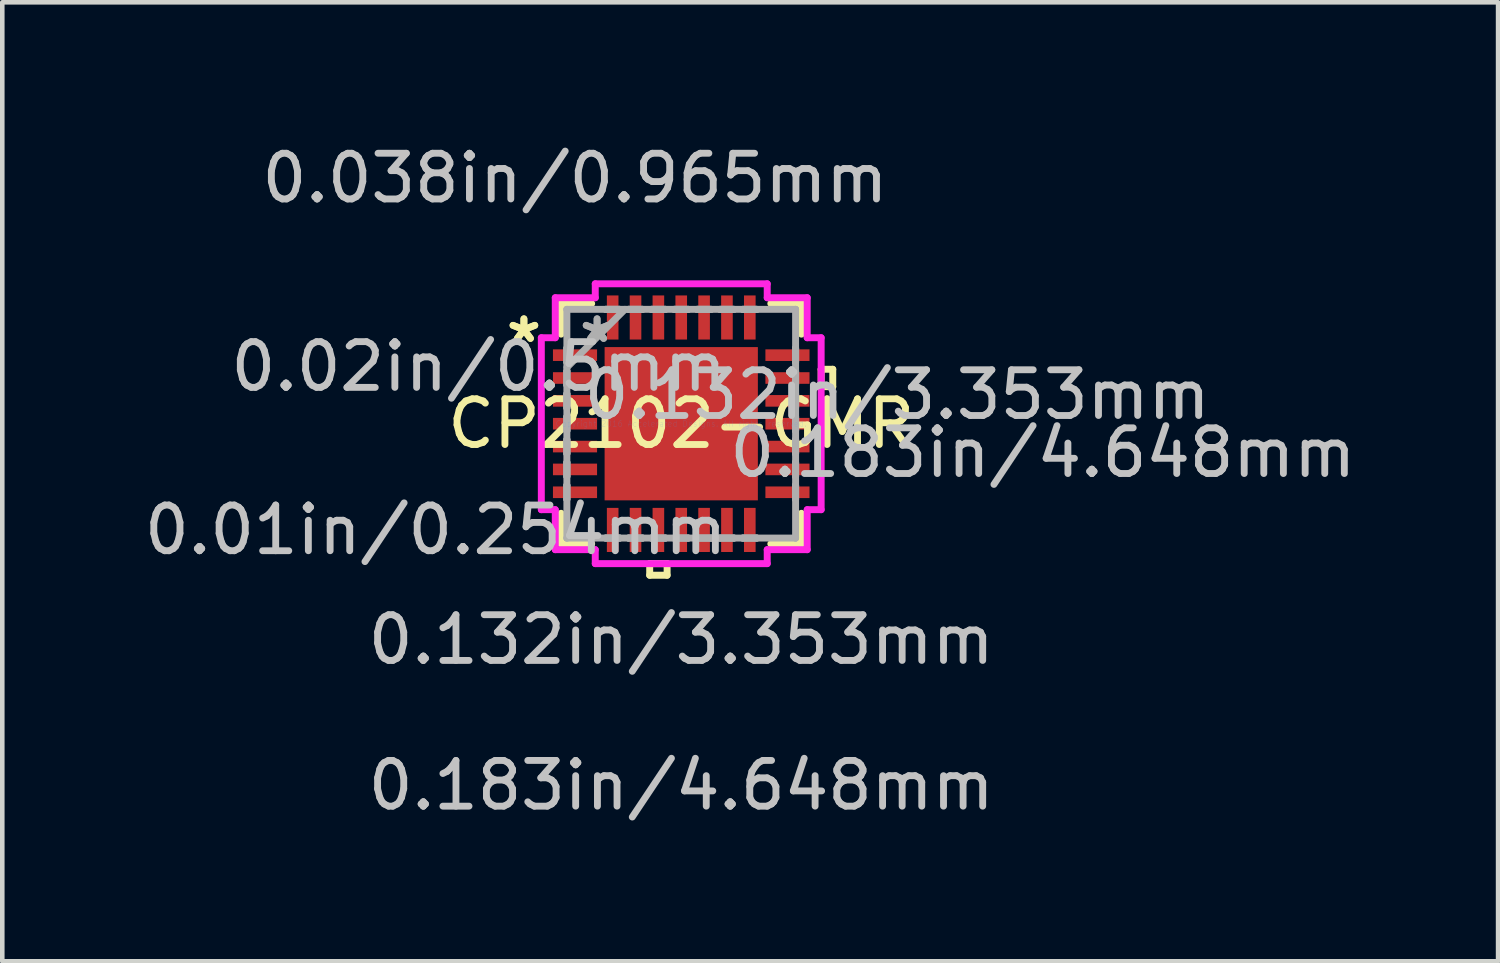
<source format=kicad_pcb>
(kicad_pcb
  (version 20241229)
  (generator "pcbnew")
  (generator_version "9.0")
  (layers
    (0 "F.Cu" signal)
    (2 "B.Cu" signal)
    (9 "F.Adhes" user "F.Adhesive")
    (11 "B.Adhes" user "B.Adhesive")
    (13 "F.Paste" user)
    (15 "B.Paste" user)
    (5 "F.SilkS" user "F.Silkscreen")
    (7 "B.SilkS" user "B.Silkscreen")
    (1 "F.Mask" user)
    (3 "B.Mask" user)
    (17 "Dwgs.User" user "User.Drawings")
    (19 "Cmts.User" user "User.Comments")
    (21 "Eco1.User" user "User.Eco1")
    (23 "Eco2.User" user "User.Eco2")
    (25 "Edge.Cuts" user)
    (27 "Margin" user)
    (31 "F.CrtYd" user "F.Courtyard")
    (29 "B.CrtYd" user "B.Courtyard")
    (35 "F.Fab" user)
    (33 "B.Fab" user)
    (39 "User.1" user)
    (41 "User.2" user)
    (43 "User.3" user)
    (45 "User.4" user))
  (footprint "CP2102-GMR"
    (layer "F.Cu")
    (at 11.854 6.22)
    (property "Reference" "CP2102-GMR" (at 0 0 0) (layer "F.SilkS") (effects (font (size 1 1) (thickness 0.15))))
    (attr through_hole)
    (fp_line (start -2.629 -2.629) (end -2.629 -1.96) (stroke (width 0.152) (type solid)) (layer "F.SilkS"))
    (fp_line (start -2.629 1.96) (end -2.629 2.629) (stroke (width 0.152) (type solid)) (layer "F.SilkS"))
    (fp_line (start -2.629 2.629) (end -1.96 2.629) (stroke (width 0.152) (type solid)) (layer "F.SilkS"))
    (fp_line (start -1.96 -2.629) (end -2.629 -2.629) (stroke (width 0.152) (type solid)) (layer "F.SilkS"))
    (fp_line (start -0.69 3.061) (end -0.69 3.315) (stroke (width 0.152) (type solid)) (layer "F.SilkS"))
    (fp_line (start -0.69 3.315) (end -0.309 3.315) (stroke (width 0.152) (type solid)) (layer "F.SilkS"))
    (fp_line (start -0.309 3.061) (end -0.69 3.061) (stroke (width 0.152) (type solid)) (layer "F.SilkS"))
    (fp_line (start -0.309 3.315) (end -0.309 3.061) (stroke (width 0.152) (type solid)) (layer "F.SilkS"))
    (fp_line (start 1.96 2.629) (end 2.629 2.629) (stroke (width 0.152) (type solid)) (layer "F.SilkS"))
    (fp_line (start 2.629 -2.629) (end 1.96 -2.629) (stroke (width 0.152) (type solid)) (layer "F.SilkS"))
    (fp_line (start 2.629 -1.96) (end 2.629 -2.629) (stroke (width 0.152) (type solid)) (layer "F.SilkS"))
    (fp_line (start 2.629 2.629) (end 2.629 1.96) (stroke (width 0.152) (type solid)) (layer "F.SilkS"))
    (fp_line (start 3.061 -1.191) (end 3.315 -1.191) (stroke (width 0.152) (type solid)) (layer "F.SilkS"))
    (fp_line (start 3.061 -0.81) (end 3.061 -1.191) (stroke (width 0.152) (type solid)) (layer "F.SilkS"))
    (fp_line (start 3.315 -1.191) (end 3.315 -0.81) (stroke (width 0.152) (type solid)) (layer "F.SilkS"))
    (fp_line (start 3.315 -0.81) (end 3.061 -0.81) (stroke (width 0.152) (type solid)) (layer "F.SilkS"))
    (fp_line (start -1.576 -1.576) (end -1.576 -0.1) (stroke (width 0.152) (type solid)) (layer "F.Paste"))
    (fp_line (start -1.576 -0.1) (end -0.1 -0.1) (stroke (width 0.152) (type solid)) (layer "F.Paste"))
    (fp_line (start -1.576 0.1) (end -1.576 1.576) (stroke (width 0.152) (type solid)) (layer "F.Paste"))
    (fp_line (start -1.576 1.576) (end -0.1 1.576) (stroke (width 0.152) (type solid)) (layer "F.Paste"))
    (fp_line (start -0.1 -1.576) (end -1.576 -1.576) (stroke (width 0.152) (type solid)) (layer "F.Paste"))
    (fp_line (start -0.1 -0.1) (end -0.1 -1.576) (stroke (width 0.152) (type solid)) (layer "F.Paste"))
    (fp_line (start -0.1 0.1) (end -1.576 0.1) (stroke (width 0.152) (type solid)) (layer "F.Paste"))
    (fp_line (start -0.1 1.576) (end -0.1 0.1) (stroke (width 0.152) (type solid)) (layer "F.Paste"))
    (fp_line (start 0.1 -1.576) (end 0.1 -0.1) (stroke (width 0.152) (type solid)) (layer "F.Paste"))
    (fp_line (start 0.1 -0.1) (end 1.576 -0.1) (stroke (width 0.152) (type solid)) (layer "F.Paste"))
    (fp_line (start 0.1 0.1) (end 0.1 1.576) (stroke (width 0.152) (type solid)) (layer "F.Paste"))
    (fp_line (start 0.1 1.576) (end 1.576 1.576) (stroke (width 0.152) (type solid)) (layer "F.Paste"))
    (fp_line (start 1.576 -1.576) (end 0.1 -1.576) (stroke (width 0.152) (type solid)) (layer "F.Paste"))
    (fp_line (start 1.576 -0.1) (end 1.576 -1.576) (stroke (width 0.152) (type solid)) (layer "F.Paste"))
    (fp_line (start 1.576 0.1) (end 0.1 0.1) (stroke (width 0.152) (type solid)) (layer "F.Paste"))
    (fp_line (start 1.576 1.576) (end 1.576 0.1) (stroke (width 0.152) (type solid)) (layer "F.Paste"))
    (fp_line (start -3.061 -1.881) (end -2.756 -1.881) (stroke (width 0.152) (type solid)) (layer "F.CrtYd"))
    (fp_line (start -3.061 1.881) (end -3.061 -1.881) (stroke (width 0.152) (type solid)) (layer "F.CrtYd"))
    (fp_line (start -2.756 -2.756) (end -1.881 -2.756) (stroke (width 0.152) (type solid)) (layer "F.CrtYd"))
    (fp_line (start -2.756 -1.881) (end -2.756 -2.756) (stroke (width 0.152) (type solid)) (layer "F.CrtYd"))
    (fp_line (start -2.756 1.881) (end -3.061 1.881) (stroke (width 0.152) (type solid)) (layer "F.CrtYd"))
    (fp_line (start -2.756 2.756) (end -2.756 1.881) (stroke (width 0.152) (type solid)) (layer "F.CrtYd"))
    (fp_line (start -1.881 -3.061) (end 1.881 -3.061) (stroke (width 0.152) (type solid)) (layer "F.CrtYd"))
    (fp_line (start -1.881 -2.756) (end -1.881 -3.061) (stroke (width 0.152) (type solid)) (layer "F.CrtYd"))
    (fp_line (start -1.881 2.756) (end -2.756 2.756) (stroke (width 0.152) (type solid)) (layer "F.CrtYd"))
    (fp_line (start -1.881 3.061) (end -1.881 2.756) (stroke (width 0.152) (type solid)) (layer "F.CrtYd"))
    (fp_line (start 1.881 -3.061) (end 1.881 -2.756) (stroke (width 0.152) (type solid)) (layer "F.CrtYd"))
    (fp_line (start 1.881 -2.756) (end 2.756 -2.756) (stroke (width 0.152) (type solid)) (layer "F.CrtYd"))
    (fp_line (start 1.881 2.756) (end 1.881 3.061) (stroke (width 0.152) (type solid)) (layer "F.CrtYd"))
    (fp_line (start 1.881 3.061) (end -1.881 3.061) (stroke (width 0.152) (type solid)) (layer "F.CrtYd"))
    (fp_line (start 2.756 -2.756) (end 2.756 -1.881) (stroke (width 0.152) (type solid)) (layer "F.CrtYd"))
    (fp_line (start 2.756 -1.881) (end 3.061 -1.881) (stroke (width 0.152) (type solid)) (layer "F.CrtYd"))
    (fp_line (start 2.756 1.881) (end 2.756 2.756) (stroke (width 0.152) (type solid)) (layer "F.CrtYd"))
    (fp_line (start 2.756 2.756) (end 1.881 2.756) (stroke (width 0.152) (type solid)) (layer "F.CrtYd"))
    (fp_line (start 3.061 -1.881) (end 3.061 1.881) (stroke (width 0.152) (type solid)) (layer "F.CrtYd"))
    (fp_line (start 3.061 1.881) (end 2.756 1.881) (stroke (width 0.152) (type solid)) (layer "F.CrtYd"))
    (fp_line (start -2.502 -2.502) (end -2.502 -2.502) (stroke (width 0.152) (type solid)) (layer "F.Fab"))
    (fp_line (start -2.502 -2.502) (end -2.502 2.502) (stroke (width 0.152) (type solid)) (layer "F.Fab"))
    (fp_line (start -2.502 -1.652) (end -2.502 -1.652) (stroke (width 0.152) (type solid)) (layer "F.Fab"))
    (fp_line (start -2.502 -1.652) (end -2.502 -1.348) (stroke (width 0.152) (type solid)) (layer "F.Fab"))
    (fp_line (start -2.502 -1.348) (end -2.502 -1.652) (stroke (width 0.152) (type solid)) (layer "F.Fab"))
    (fp_line (start -2.502 -1.348) (end -2.502 -1.348) (stroke (width 0.152) (type solid)) (layer "F.Fab"))
    (fp_line (start -2.502 -1.232) (end -1.232 -2.502) (stroke (width 0.152) (type solid)) (layer "F.Fab"))
    (fp_line (start -2.502 -1.152) (end -2.502 -1.152) (stroke (width 0.152) (type solid)) (layer "F.Fab"))
    (fp_line (start -2.502 -1.152) (end -2.502 -0.848) (stroke (width 0.152) (type solid)) (layer "F.Fab"))
    (fp_line (start -2.502 -0.848) (end -2.502 -1.152) (stroke (width 0.152) (type solid)) (layer "F.Fab"))
    (fp_line (start -2.502 -0.848) (end -2.502 -0.848) (stroke (width 0.152) (type solid)) (layer "F.Fab"))
    (fp_line (start -2.502 -0.652) (end -2.502 -0.652) (stroke (width 0.152) (type solid)) (layer "F.Fab"))
    (fp_line (start -2.502 -0.652) (end -2.502 -0.348) (stroke (width 0.152) (type solid)) (layer "F.Fab"))
    (fp_line (start -2.502 -0.348) (end -2.502 -0.652) (stroke (width 0.152) (type solid)) (layer "F.Fab"))
    (fp_line (start -2.502 -0.348) (end -2.502 -0.348) (stroke (width 0.152) (type solid)) (layer "F.Fab"))
    (fp_line (start -2.502 -0.152) (end -2.502 -0.152) (stroke (width 0.152) (type solid)) (layer "F.Fab"))
    (fp_line (start -2.502 -0.152) (end -2.502 0.152) (stroke (width 0.152) (type solid)) (layer "F.Fab"))
    (fp_line (start -2.502 0.152) (end -2.502 -0.152) (stroke (width 0.152) (type solid)) (layer "F.Fab"))
    (fp_line (start -2.502 0.152) (end -2.502 0.152) (stroke (width 0.152) (type solid)) (layer "F.Fab"))
    (fp_line (start -2.502 0.348) (end -2.502 0.348) (stroke (width 0.152) (type solid)) (layer "F.Fab"))
    (fp_line (start -2.502 0.348) (end -2.502 0.652) (stroke (width 0.152) (type solid)) (layer "F.Fab"))
    (fp_line (start -2.502 0.652) (end -2.502 0.348) (stroke (width 0.152) (type solid)) (layer "F.Fab"))
    (fp_line (start -2.502 0.652) (end -2.502 0.652) (stroke (width 0.152) (type solid)) (layer "F.Fab"))
    (fp_line (start -2.502 0.848) (end -2.502 0.848) (stroke (width 0.152) (type solid)) (layer "F.Fab"))
    (fp_line (start -2.502 0.848) (end -2.502 1.152) (stroke (width 0.152) (type solid)) (layer "F.Fab"))
    (fp_line (start -2.502 1.152) (end -2.502 0.848) (stroke (width 0.152) (type solid)) (layer "F.Fab"))
    (fp_line (start -2.502 1.152) (end -2.502 1.152) (stroke (width 0.152) (type solid)) (layer "F.Fab"))
    (fp_line (start -2.502 1.348) (end -2.502 1.348) (stroke (width 0.152) (type solid)) (layer "F.Fab"))
    (fp_line (start -2.502 1.348) (end -2.502 1.652) (stroke (width 0.152) (type solid)) (layer "F.Fab"))
    (fp_line (start -2.502 1.652) (end -2.502 1.348) (stroke (width 0.152) (type solid)) (layer "F.Fab"))
    (fp_line (start -2.502 1.652) (end -2.502 1.652) (stroke (width 0.152) (type solid)) (layer "F.Fab"))
    (fp_line (start -2.502 2.502) (end -2.502 2.502) (stroke (width 0.152) (type solid)) (layer "F.Fab"))
    (fp_line (start -2.502 2.502) (end 2.502 2.502) (stroke (width 0.152) (type solid)) (layer "F.Fab"))
    (fp_line (start -1.652 -2.502) (end -1.652 -2.502) (stroke (width 0.152) (type solid)) (layer "F.Fab"))
    (fp_line (start -1.652 -2.502) (end -1.348 -2.502) (stroke (width 0.152) (type solid)) (layer "F.Fab"))
    (fp_line (start -1.652 2.502) (end -1.652 2.502) (stroke (width 0.152) (type solid)) (layer "F.Fab"))
    (fp_line (start -1.652 2.502) (end -1.348 2.502) (stroke (width 0.152) (type solid)) (layer "F.Fab"))
    (fp_line (start -1.348 -2.502) (end -1.652 -2.502) (stroke (width 0.152) (type solid)) (layer "F.Fab"))
    (fp_line (start -1.348 -2.502) (end -1.348 -2.502) (stroke (width 0.152) (type solid)) (layer "F.Fab"))
    (fp_line (start -1.348 2.502) (end -1.652 2.502) (stroke (width 0.152) (type solid)) (layer "F.Fab"))
    (fp_line (start -1.348 2.502) (end -1.348 2.502) (stroke (width 0.152) (type solid)) (layer "F.Fab"))
    (fp_line (start -1.152 -2.502) (end -1.152 -2.502) (stroke (width 0.152) (type solid)) (layer "F.Fab"))
    (fp_line (start -1.152 -2.502) (end -0.848 -2.502) (stroke (width 0.152) (type solid)) (layer "F.Fab"))
    (fp_line (start -1.152 2.502) (end -1.152 2.502) (stroke (width 0.152) (type solid)) (layer "F.Fab"))
    (fp_line (start -1.152 2.502) (end -0.848 2.502) (stroke (width 0.152) (type solid)) (layer "F.Fab"))
    (fp_line (start -0.848 -2.502) (end -1.152 -2.502) (stroke (width 0.152) (type solid)) (layer "F.Fab"))
    (fp_line (start -0.848 -2.502) (end -0.848 -2.502) (stroke (width 0.152) (type solid)) (layer "F.Fab"))
    (fp_line (start -0.848 2.502) (end -1.152 2.502) (stroke (width 0.152) (type solid)) (layer "F.Fab"))
    (fp_line (start -0.848 2.502) (end -0.848 2.502) (stroke (width 0.152) (type solid)) (layer "F.Fab"))
    (fp_line (start -0.652 -2.502) (end -0.652 -2.502) (stroke (width 0.152) (type solid)) (layer "F.Fab"))
    (fp_line (start -0.652 -2.502) (end -0.348 -2.502) (stroke (width 0.152) (type solid)) (layer "F.Fab"))
    (fp_line (start -0.652 2.502) (end -0.652 2.502) (stroke (width 0.152) (type solid)) (layer "F.Fab"))
    (fp_line (start -0.652 2.502) (end -0.348 2.502) (stroke (width 0.152) (type solid)) (layer "F.Fab"))
    (fp_line (start -0.348 -2.502) (end -0.652 -2.502) (stroke (width 0.152) (type solid)) (layer "F.Fab"))
    (fp_line (start -0.348 -2.502) (end -0.348 -2.502) (stroke (width 0.152) (type solid)) (layer "F.Fab"))
    (fp_line (start -0.348 2.502) (end -0.652 2.502) (stroke (width 0.152) (type solid)) (layer "F.Fab"))
    (fp_line (start -0.348 2.502) (end -0.348 2.502) (stroke (width 0.152) (type solid)) (layer "F.Fab"))
    (fp_line (start -0.152 -2.502) (end -0.152 -2.502) (stroke (width 0.152) (type solid)) (layer "F.Fab"))
    (fp_line (start -0.152 -2.502) (end 0.152 -2.502) (stroke (width 0.152) (type solid)) (layer "F.Fab"))
    (fp_line (start -0.152 2.502) (end -0.152 2.502) (stroke (width 0.152) (type solid)) (layer "F.Fab"))
    (fp_line (start -0.152 2.502) (end 0.152 2.502) (stroke (width 0.152) (type solid)) (layer "F.Fab"))
    (fp_line (start 0.152 -2.502) (end -0.152 -2.502) (stroke (width 0.152) (type solid)) (layer "F.Fab"))
    (fp_line (start 0.152 -2.502) (end 0.152 -2.502) (stroke (width 0.152) (type solid)) (layer "F.Fab"))
    (fp_line (start 0.152 2.502) (end -0.152 2.502) (stroke (width 0.152) (type solid)) (layer "F.Fab"))
    (fp_line (start 0.152 2.502) (end 0.152 2.502) (stroke (width 0.152) (type solid)) (layer "F.Fab"))
    (fp_line (start 0.348 -2.502) (end 0.348 -2.502) (stroke (width 0.152) (type solid)) (layer "F.Fab"))
    (fp_line (start 0.348 -2.502) (end 0.652 -2.502) (stroke (width 0.152) (type solid)) (layer "F.Fab"))
    (fp_line (start 0.348 2.502) (end 0.348 2.502) (stroke (width 0.152) (type solid)) (layer "F.Fab"))
    (fp_line (start 0.348 2.502) (end 0.652 2.502) (stroke (width 0.152) (type solid)) (layer "F.Fab"))
    (fp_line (start 0.652 -2.502) (end 0.348 -2.502) (stroke (width 0.152) (type solid)) (layer "F.Fab"))
    (fp_line (start 0.652 -2.502) (end 0.652 -2.502) (stroke (width 0.152) (type solid)) (layer "F.Fab"))
    (fp_line (start 0.652 2.502) (end 0.348 2.502) (stroke (width 0.152) (type solid)) (layer "F.Fab"))
    (fp_line (start 0.652 2.502) (end 0.652 2.502) (stroke (width 0.152) (type solid)) (layer "F.Fab"))
    (fp_line (start 0.848 -2.502) (end 0.848 -2.502) (stroke (width 0.152) (type solid)) (layer "F.Fab"))
    (fp_line (start 0.848 -2.502) (end 1.152 -2.502) (stroke (width 0.152) (type solid)) (layer "F.Fab"))
    (fp_line (start 0.848 2.502) (end 0.848 2.502) (stroke (width 0.152) (type solid)) (layer "F.Fab"))
    (fp_line (start 0.848 2.502) (end 1.152 2.502) (stroke (width 0.152) (type solid)) (layer "F.Fab"))
    (fp_line (start 1.152 -2.502) (end 0.848 -2.502) (stroke (width 0.152) (type solid)) (layer "F.Fab"))
    (fp_line (start 1.152 -2.502) (end 1.152 -2.502) (stroke (width 0.152) (type solid)) (layer "F.Fab"))
    (fp_line (start 1.152 2.502) (end 0.848 2.502) (stroke (width 0.152) (type solid)) (layer "F.Fab"))
    (fp_line (start 1.152 2.502) (end 1.152 2.502) (stroke (width 0.152) (type solid)) (layer "F.Fab"))
    (fp_line (start 1.348 -2.502) (end 1.348 -2.502) (stroke (width 0.152) (type solid)) (layer "F.Fab"))
    (fp_line (start 1.348 -2.502) (end 1.652 -2.502) (stroke (width 0.152) (type solid)) (layer "F.Fab"))
    (fp_line (start 1.348 2.502) (end 1.348 2.502) (stroke (width 0.152) (type solid)) (layer "F.Fab"))
    (fp_line (start 1.348 2.502) (end 1.652 2.502) (stroke (width 0.152) (type solid)) (layer "F.Fab"))
    (fp_line (start 1.652 -2.502) (end 1.348 -2.502) (stroke (width 0.152) (type solid)) (layer "F.Fab"))
    (fp_line (start 1.652 -2.502) (end 1.652 -2.502) (stroke (width 0.152) (type solid)) (layer "F.Fab"))
    (fp_line (start 1.652 2.502) (end 1.348 2.502) (stroke (width 0.152) (type solid)) (layer "F.Fab"))
    (fp_line (start 1.652 2.502) (end 1.652 2.502) (stroke (width 0.152) (type solid)) (layer "F.Fab"))
    (fp_line (start 2.502 -2.502) (end -2.502 -2.502) (stroke (width 0.152) (type solid)) (layer "F.Fab"))
    (fp_line (start 2.502 -2.502) (end 2.502 -2.502) (stroke (width 0.152) (type solid)) (layer "F.Fab"))
    (fp_line (start 2.502 -1.652) (end 2.502 -1.652) (stroke (width 0.152) (type solid)) (layer "F.Fab"))
    (fp_line (start 2.502 -1.652) (end 2.502 -1.348) (stroke (width 0.152) (type solid)) (layer "F.Fab"))
    (fp_line (start 2.502 -1.348) (end 2.502 -1.652) (stroke (width 0.152) (type solid)) (layer "F.Fab"))
    (fp_line (start 2.502 -1.348) (end 2.502 -1.348) (stroke (width 0.152) (type solid)) (layer "F.Fab"))
    (fp_line (start 2.502 -1.152) (end 2.502 -1.152) (stroke (width 0.152) (type solid)) (layer "F.Fab"))
    (fp_line (start 2.502 -1.152) (end 2.502 -0.848) (stroke (width 0.152) (type solid)) (layer "F.Fab"))
    (fp_line (start 2.502 -0.848) (end 2.502 -1.152) (stroke (width 0.152) (type solid)) (layer "F.Fab"))
    (fp_line (start 2.502 -0.848) (end 2.502 -0.848) (stroke (width 0.152) (type solid)) (layer "F.Fab"))
    (fp_line (start 2.502 -0.652) (end 2.502 -0.652) (stroke (width 0.152) (type solid)) (layer "F.Fab"))
    (fp_line (start 2.502 -0.652) (end 2.502 -0.348) (stroke (width 0.152) (type solid)) (layer "F.Fab"))
    (fp_line (start 2.502 -0.348) (end 2.502 -0.652) (stroke (width 0.152) (type solid)) (layer "F.Fab"))
    (fp_line (start 2.502 -0.348) (end 2.502 -0.348) (stroke (width 0.152) (type solid)) (layer "F.Fab"))
    (fp_line (start 2.502 -0.152) (end 2.502 -0.152) (stroke (width 0.152) (type solid)) (layer "F.Fab"))
    (fp_line (start 2.502 -0.152) (end 2.502 0.152) (stroke (width 0.152) (type solid)) (layer "F.Fab"))
    (fp_line (start 2.502 0.152) (end 2.502 -0.152) (stroke (width 0.152) (type solid)) (layer "F.Fab"))
    (fp_line (start 2.502 0.152) (end 2.502 0.152) (stroke (width 0.152) (type solid)) (layer "F.Fab"))
    (fp_line (start 2.502 0.348) (end 2.502 0.348) (stroke (width 0.152) (type solid)) (layer "F.Fab"))
    (fp_line (start 2.502 0.348) (end 2.502 0.652) (stroke (width 0.152) (type solid)) (layer "F.Fab"))
    (fp_line (start 2.502 0.652) (end 2.502 0.348) (stroke (width 0.152) (type solid)) (layer "F.Fab"))
    (fp_line (start 2.502 0.652) (end 2.502 0.652) (stroke (width 0.152) (type solid)) (layer "F.Fab"))
    (fp_line (start 2.502 0.848) (end 2.502 0.848) (stroke (width 0.152) (type solid)) (layer "F.Fab"))
    (fp_line (start 2.502 0.848) (end 2.502 1.152) (stroke (width 0.152) (type solid)) (layer "F.Fab"))
    (fp_line (start 2.502 1.152) (end 2.502 0.848) (stroke (width 0.152) (type solid)) (layer "F.Fab"))
    (fp_line (start 2.502 1.152) (end 2.502 1.152) (stroke (width 0.152) (type solid)) (layer "F.Fab"))
    (fp_line (start 2.502 1.348) (end 2.502 1.348) (stroke (width 0.152) (type solid)) (layer "F.Fab"))
    (fp_line (start 2.502 1.348) (end 2.502 1.652) (stroke (width 0.152) (type solid)) (layer "F.Fab"))
    (fp_line (start 2.502 1.652) (end 2.502 1.348) (stroke (width 0.152) (type solid)) (layer "F.Fab"))
    (fp_line (start 2.502 1.652) (end 2.502 1.652) (stroke (width 0.152) (type solid)) (layer "F.Fab"))
    (fp_line (start 2.502 2.502) (end 2.502 -2.502) (stroke (width 0.152) (type solid)) (layer "F.Fab"))
    (fp_line (start 2.502 2.502) (end 2.502 2.502) (stroke (width 0.152) (type solid)) (layer "F.Fab"))
    (fp_text user "*" (at -3.442 -1.75 0) (layer "F.SilkS") (effects (font (size 1 1) (thickness 0.15))))
    (fp_text user "*" (at -3.442 -1.75 0) (layer "F.SilkS") (effects (font (size 1 1) (thickness 0.15))))
    (fp_text user "0.132in/3.353mm" (at 4.724 -0.635 0) (layer "Dwgs.User") (effects (font (size 1 1) (thickness 0.15))))
    (fp_text user "0.132in/3.353mm" (at 0 4.724 0) (layer "Dwgs.User") (effects (font (size 1 1) (thickness 0.15))))
    (fp_text user "0.01in/0.254mm" (at -5.372 2.324 0) (layer "Dwgs.User") (effects (font (size 1 1) (thickness 0.15))))
    (fp_text user "0.038in/0.965mm" (at -2.324 -5.372 0) (layer "Dwgs.User") (effects (font (size 1 1) (thickness 0.15))))
    (fp_text user "0.183in/4.648mm" (at 0 7.912 0) (layer "Dwgs.User") (effects (font (size 1 1) (thickness 0.15))))
    (fp_text user "0.183in/4.648mm" (at 7.912 0.635 0) (layer "Dwgs.User") (effects (font (size 1 1) (thickness 0.15))))
    (fp_text user "0.02in/0.5mm" (at -4.432 -1.25 0) (layer "Dwgs.User") (effects (font (size 1 1) (thickness 0.15))))
    (fp_text user "Copyright 2016 Accelerated Designs. All rights reserved." (at 0 0 0) (layer "Cmts.User") (effects (font (size 0.127 0.127) (thickness 0.002))))
    (fp_text user "*" (at -1.841 -1.75 0) (layer "F.Fab") (effects (font (size 1 1) (thickness 0.15))))
    (fp_text user "*" (at -1.841 -1.75 0) (layer "F.Fab") (effects (font (size 1 1) (thickness 0.15))))
    (pad "1" smd rect (at -2.324 -1.5 90) (size 0.254 0.965) (layers "F.Cu" "F.Mask" "F.Paste"))
    (pad "2" smd rect (at -2.324 -1 90) (size 0.254 0.965) (layers "F.Cu" "F.Mask" "F.Paste"))
    (pad "3" smd rect (at -2.324 -0.5 90) (size 0.254 0.965) (layers "F.Cu" "F.Mask" "F.Paste"))
    (pad "4" smd rect (at -2.324 0 90) (size 0.254 0.965) (layers "F.Cu" "F.Mask" "F.Paste"))
    (pad "5" smd rect (at -2.324 0.5 90) (size 0.254 0.965) (layers "F.Cu" "F.Mask" "F.Paste"))
    (pad "6" smd rect (at -2.324 1 90) (size 0.254 0.965) (layers "F.Cu" "F.Mask" "F.Paste"))
    (pad "7" smd rect (at -2.324 1.5 90) (size 0.254 0.965) (layers "F.Cu" "F.Mask" "F.Paste"))
    (pad "8" smd rect (at -1.5 2.324) (size 0.254 0.965) (layers "F.Cu" "F.Mask" "F.Paste"))
    (pad "9" smd rect (at -1 2.324) (size 0.254 0.965) (layers "F.Cu" "F.Mask" "F.Paste"))
    (pad "10" smd rect (at -0.5 2.324) (size 0.254 0.965) (layers "F.Cu" "F.Mask" "F.Paste"))
    (pad "11" smd rect (at 0 2.324) (size 0.254 0.965) (layers "F.Cu" "F.Mask" "F.Paste"))
    (pad "12" smd rect (at 0.5 2.324) (size 0.254 0.965) (layers "F.Cu" "F.Mask" "F.Paste"))
    (pad "13" smd rect (at 1 2.324) (size 0.254 0.965) (layers "F.Cu" "F.Mask" "F.Paste"))
    (pad "14" smd rect (at 1.5 2.324) (size 0.254 0.965) (layers "F.Cu" "F.Mask" "F.Paste"))
    (pad "15" smd rect (at 2.324 1.5 90) (size 0.254 0.965) (layers "F.Cu" "F.Mask" "F.Paste"))
    (pad "16" smd rect (at 2.324 1 90) (size 0.254 0.965) (layers "F.Cu" "F.Mask" "F.Paste"))
    (pad "17" smd rect (at 2.324 0.5 90) (size 0.254 0.965) (layers "F.Cu" "F.Mask" "F.Paste"))
    (pad "18" smd rect (at 2.324 0 90) (size 0.254 0.965) (layers "F.Cu" "F.Mask" "F.Paste"))
    (pad "19" smd rect (at 2.324 -0.5 90) (size 0.254 0.965) (layers "F.Cu" "F.Mask" "F.Paste"))
    (pad "20" smd rect (at 2.324 -1 90) (size 0.254 0.965) (layers "F.Cu" "F.Mask" "F.Paste"))
    (pad "21" smd rect (at 2.324 -1.5 90) (size 0.254 0.965) (layers "F.Cu" "F.Mask" "F.Paste"))
    (pad "22" smd rect (at 1.5 -2.324) (size 0.254 0.965) (layers "F.Cu" "F.Mask" "F.Paste"))
    (pad "23" smd rect (at 1 -2.324) (size 0.254 0.965) (layers "F.Cu" "F.Mask" "F.Paste"))
    (pad "24" smd rect (at 0.5 -2.324) (size 0.254 0.965) (layers "F.Cu" "F.Mask" "F.Paste"))
    (pad "25" smd rect (at 0 -2.324) (size 0.254 0.965) (layers "F.Cu" "F.Mask" "F.Paste"))
    (pad "26" smd rect (at -0.5 -2.324) (size 0.254 0.965) (layers "F.Cu" "F.Mask" "F.Paste"))
    (pad "27" smd rect (at -1 -2.324) (size 0.254 0.965) (layers "F.Cu" "F.Mask" "F.Paste"))
    (pad "28" smd rect (at -1.5 -2.324) (size 0.254 0.965) (layers "F.Cu" "F.Mask" "F.Paste"))
    (pad "29" smd rect (at 0 0) (size 3.353 3.353) (layers "F.Cu" "F.Mask" "F.Paste")))
  (gr_rect
    (start -3 -3)
    (end 29.725 17.981)
    (stroke (width 0.1) (type default))
    (fill no)
    (layer "Edge.Cuts")))
</source>
